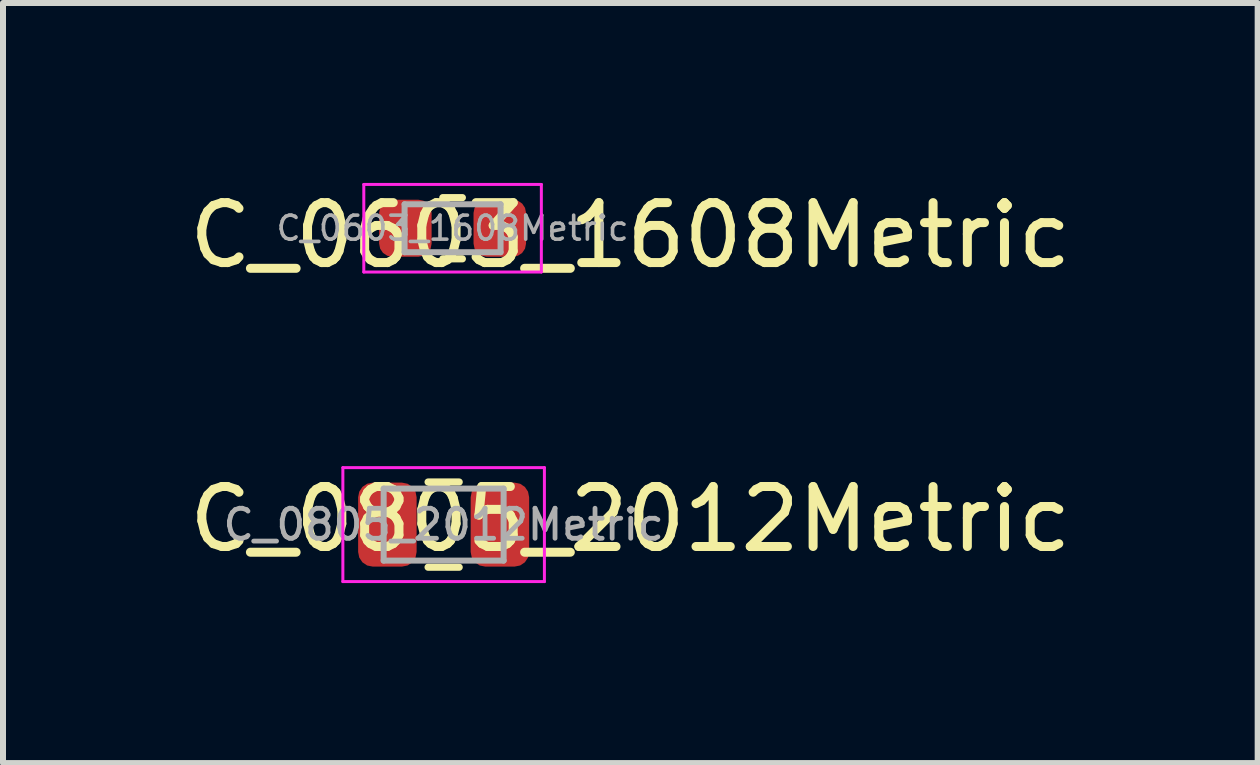
<source format=kicad_pcb>
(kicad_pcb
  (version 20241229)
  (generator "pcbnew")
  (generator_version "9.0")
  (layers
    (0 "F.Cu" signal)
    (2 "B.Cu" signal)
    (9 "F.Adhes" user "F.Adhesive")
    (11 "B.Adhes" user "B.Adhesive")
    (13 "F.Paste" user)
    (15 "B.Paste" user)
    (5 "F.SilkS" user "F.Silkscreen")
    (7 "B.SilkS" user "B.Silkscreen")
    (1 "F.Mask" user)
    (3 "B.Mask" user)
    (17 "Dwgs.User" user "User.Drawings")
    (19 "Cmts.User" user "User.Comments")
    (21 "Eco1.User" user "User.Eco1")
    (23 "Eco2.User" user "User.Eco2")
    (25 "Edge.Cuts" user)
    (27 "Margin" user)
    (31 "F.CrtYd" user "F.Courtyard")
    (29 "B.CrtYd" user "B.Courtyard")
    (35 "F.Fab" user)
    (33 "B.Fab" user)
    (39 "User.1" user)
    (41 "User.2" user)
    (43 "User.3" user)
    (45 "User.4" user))
  (footprint "C_0805_2012Metric"
    (layer "F.Cu")
    (at 4.346 5.696)
    (property "Reference" "C_0805_2012Metric" (at 3.112 -0.09 180) (layer "F.SilkS") (effects (font (size 1 1) (thickness 0.15))))
    (attr smd)
    (fp_line (start -0.259 -0.71) (end 0.259 -0.71) (stroke (width 0.12) (type solid)) (layer "F.SilkS"))
    (fp_line (start -0.259 0.71) (end 0.259 0.71) (stroke (width 0.12) (type solid)) (layer "F.SilkS"))
    (fp_line (start -1.68 -0.95) (end 1.68 -0.95) (stroke (width 0.05) (type solid)) (layer "F.CrtYd"))
    (fp_line (start -1.68 0.95) (end -1.68 -0.95) (stroke (width 0.05) (type solid)) (layer "F.CrtYd"))
    (fp_line (start 1.68 -0.95) (end 1.68 0.95) (stroke (width 0.05) (type solid)) (layer "F.CrtYd"))
    (fp_line (start 1.68 0.95) (end -1.68 0.95) (stroke (width 0.05) (type solid)) (layer "F.CrtYd"))
    (fp_line (start -1 -0.6) (end 1 -0.6) (stroke (width 0.1) (type solid)) (layer "F.Fab"))
    (fp_line (start -1 0.6) (end -1 -0.6) (stroke (width 0.1) (type solid)) (layer "F.Fab"))
    (fp_line (start 1 -0.6) (end 1 0.6) (stroke (width 0.1) (type solid)) (layer "F.Fab"))
    (fp_line (start 1 0.6) (end -1 0.6) (stroke (width 0.1) (type solid)) (layer "F.Fab"))
    (fp_text user "${REFERENCE}" (at 0 0 180) (layer "F.Fab") (effects (font (size 0.5 0.5) (thickness 0.08))))
    (pad "1" smd roundrect (at -0.938 0) (size 0.975 1.4) (layers "F.Cu" "F.Mask" "F.Paste") (roundrect_rratio 0.25))
    (pad "2" smd roundrect (at 0.938 0) (size 0.975 1.4) (layers "F.Cu" "F.Mask" "F.Paste") (roundrect_rratio 0.25)))
  (footprint "C_0603_1608Metric"
    (layer "F.Cu")
    (at 4.495 0.755)
    (property "Reference" "C_0603_1608Metric" (at 2.963 0.118 0) (layer "F.SilkS") (effects (font (size 1 1) (thickness 0.15))))
    (attr smd)
    (fp_line (start -0.163 -0.51) (end 0.163 -0.51) (stroke (width 0.12) (type solid)) (layer "F.SilkS"))
    (fp_line (start -0.163 0.51) (end 0.163 0.51) (stroke (width 0.12) (type solid)) (layer "F.SilkS"))
    (fp_line (start -1.48 -0.73) (end 1.48 -0.73) (stroke (width 0.05) (type solid)) (layer "F.CrtYd"))
    (fp_line (start -1.48 0.73) (end -1.48 -0.73) (stroke (width 0.05) (type solid)) (layer "F.CrtYd"))
    (fp_line (start 1.48 -0.73) (end 1.48 0.73) (stroke (width 0.05) (type solid)) (layer "F.CrtYd"))
    (fp_line (start 1.48 0.73) (end -1.48 0.73) (stroke (width 0.05) (type solid)) (layer "F.CrtYd"))
    (fp_line (start -0.8 -0.4) (end 0.8 -0.4) (stroke (width 0.1) (type solid)) (layer "F.Fab"))
    (fp_line (start -0.8 0.4) (end -0.8 -0.4) (stroke (width 0.1) (type solid)) (layer "F.Fab"))
    (fp_line (start 0.8 -0.4) (end 0.8 0.4) (stroke (width 0.1) (type solid)) (layer "F.Fab"))
    (fp_line (start 0.8 0.4) (end -0.8 0.4) (stroke (width 0.1) (type solid)) (layer "F.Fab"))
    (fp_text user "${REFERENCE}" (at 0 0 0) (layer "F.Fab") (effects (font (size 0.4 0.4) (thickness 0.06))))
    (pad "1" smd roundrect (at -0.787 0) (size 0.875 0.95) (layers "F.Cu" "F.Mask" "F.Paste") (roundrect_rratio 0.25))
    (pad "2" smd roundrect (at 0.787 0) (size 0.875 0.95) (layers "F.Cu" "F.Mask" "F.Paste") (roundrect_rratio 0.25)))
  (gr_rect
    (start -3 -3)
    (end 17.917 9.671)
    (stroke (width 0.1) (type default))
    (fill no)
    (layer "Edge.Cuts")))
</source>
